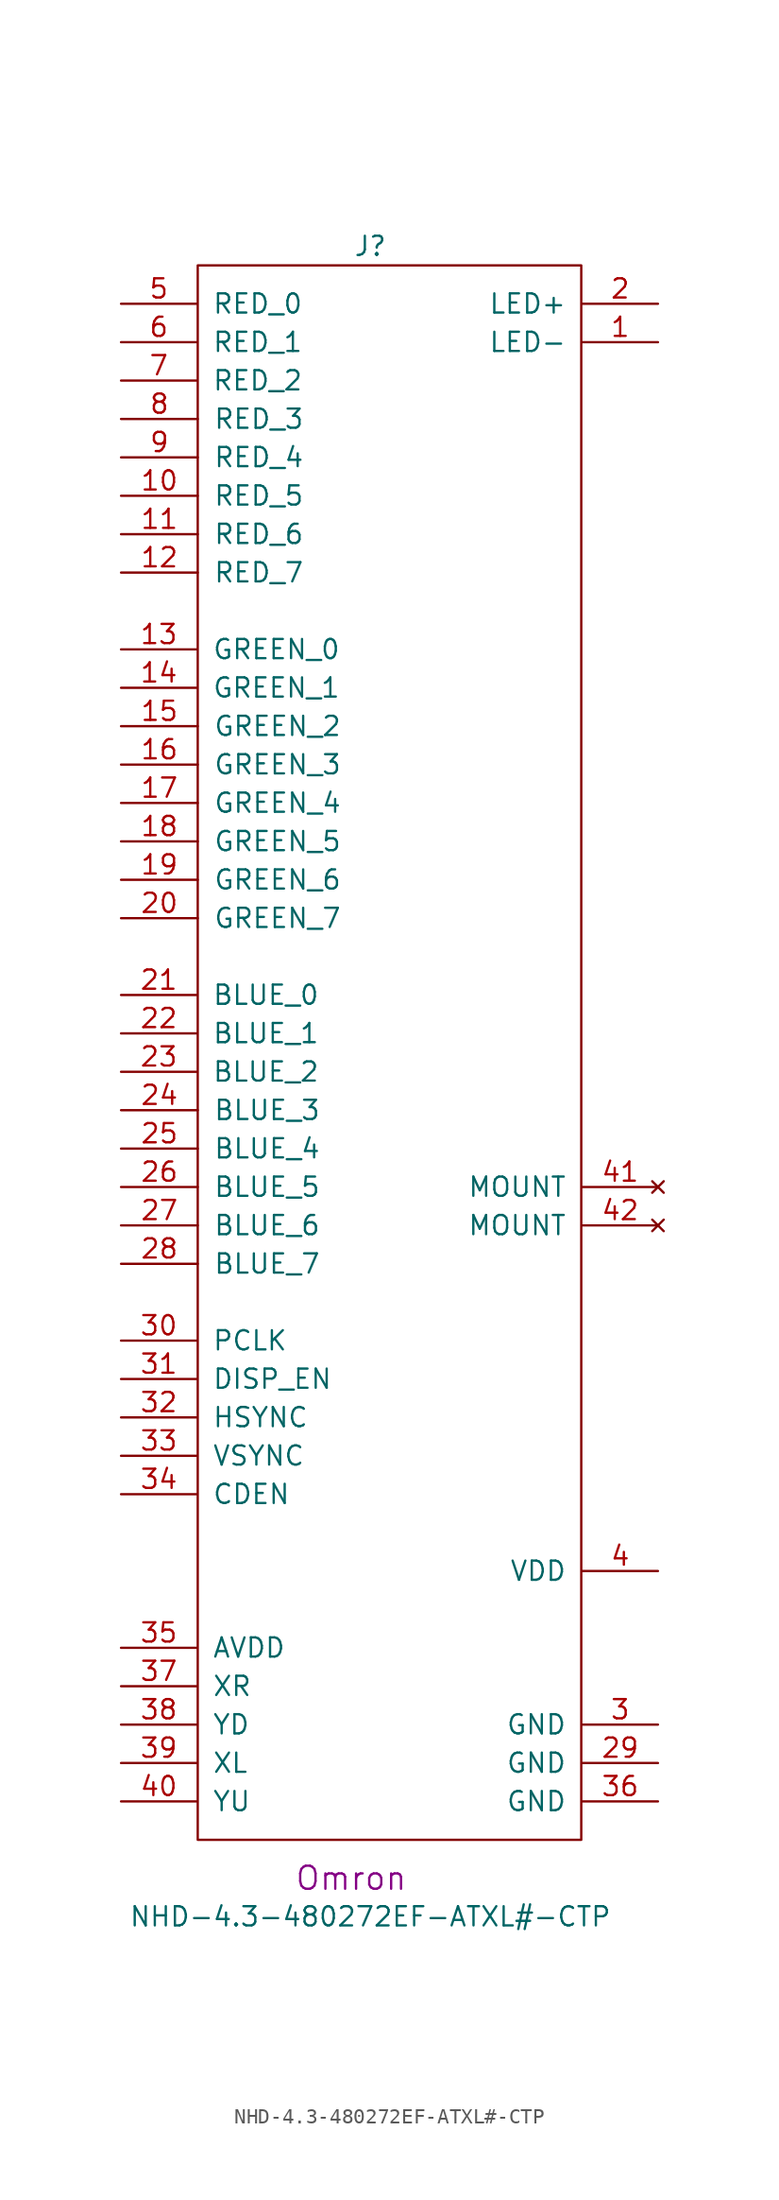
<source format=kicad_sym>
(kicad_symbol_lib
  (version 20220914)
  (generator kicad_symbol_editor)
  (symbol "NHD-4.3-480272EF-ATXL#-CTP"
    (pin_names
      (offset 1.016))
    (property "Reference" "J"
      (at 11.43 105.41 0)
      (effects (font (size 1.27 1.27))))
    (property "Value" "NHD-4.3-480272EF-ATXL#-CTP"
      (at 11.43 -5.08 0)
      (effects (font (size 1.27 1.27))))
    (property "Datasheet" ""
      (at 17.78 64.77 0)
      (effects (font (size 1.27 1.27))))
    (property "Manufacturer" "Omron"
      (at 10.16 -2.54 0)
      (effects (font (size 1.524 1.524))))
    (symbol "NHD-4.3-480272EF-ATXL#-CTP_0_1"
      (rectangle (start 0 104.14) (end 25.4 0) (stroke (width 0) (type solid)) (fill (type none))))
    (symbol "NHD-4.3-480272EF-ATXL#-CTP_1_1"
      (pin passive line (at 30.48 99.06 180) (length 5.004) (name "LED-" (effects (font (size 1.27 1.27)))) (number "1" (effects (font (size 1.27 1.27)))))
      (pin passive line (at -5.08 88.9 0) (length 5.08) (name "RED_5" (effects (font (size 1.27 1.27)))) (number "10" (effects (font (size 1.27 1.27)))))
      (pin passive line (at -5.08 86.36 0) (length 5.08) (name "RED_6" (effects (font (size 1.27 1.27)))) (number "11" (effects (font (size 1.27 1.27)))))
      (pin passive line (at -5.08 83.82 0) (length 5.08) (name "RED_7" (effects (font (size 1.27 1.27)))) (number "12" (effects (font (size 1.27 1.27)))))
      (pin passive line (at -5.08 78.74 0) (length 5.004) (name "GREEN_0" (effects (font (size 1.27 1.27)))) (number "13" (effects (font (size 1.27 1.27)))))
      (pin passive line (at -5.08 76.2 0) (length 5.004) (name "GREEN_1" (effects (font (size 1.27 1.27)))) (number "14" (effects (font (size 1.27 1.27)))))
      (pin passive line (at -5.08 73.66 0) (length 5.08) (name "GREEN_2" (effects (font (size 1.27 1.27)))) (number "15" (effects (font (size 1.27 1.27)))))
      (pin passive line (at -5.08 71.12 0) (length 5.08) (name "GREEN_3" (effects (font (size 1.27 1.27)))) (number "16" (effects (font (size 1.27 1.27)))))
      (pin passive line (at -5.08 68.58 0) (length 5.08) (name "GREEN_4" (effects (font (size 1.27 1.27)))) (number "17" (effects (font (size 1.27 1.27)))))
      (pin passive line (at -5.08 66.04 0) (length 5.08) (name "GREEN_5" (effects (font (size 1.27 1.27)))) (number "18" (effects (font (size 1.27 1.27)))))
      (pin passive line (at -5.08 63.5 0) (length 5.08) (name "GREEN_6" (effects (font (size 1.27 1.27)))) (number "19" (effects (font (size 1.27 1.27)))))
      (pin passive line (at 30.48 101.6 180) (length 5.004) (name "LED+" (effects (font (size 1.27 1.27)))) (number "2" (effects (font (size 1.27 1.27)))))
      (pin passive line (at -5.08 60.96 0) (length 5.08) (name "GREEN_7" (effects (font (size 1.27 1.27)))) (number "20" (effects (font (size 1.27 1.27)))))
      (pin passive line (at -5.08 55.88 0) (length 5.004) (name "BLUE_0" (effects (font (size 1.27 1.27)))) (number "21" (effects (font (size 1.27 1.27)))))
      (pin passive line (at -5.08 53.34 0) (length 5.004) (name "BLUE_1" (effects (font (size 1.27 1.27)))) (number "22" (effects (font (size 1.27 1.27)))))
      (pin passive line (at -5.08 50.8 0) (length 5.004) (name "BLUE_2" (effects (font (size 1.27 1.27)))) (number "23" (effects (font (size 1.27 1.27)))))
      (pin passive line (at -5.08 48.26 0) (length 5.08) (name "BLUE_3" (effects (font (size 1.27 1.27)))) (number "24" (effects (font (size 1.27 1.27)))))
      (pin passive line (at -5.08 45.72 0) (length 5.08) (name "BLUE_4" (effects (font (size 1.27 1.27)))) (number "25" (effects (font (size 1.27 1.27)))))
      (pin passive line (at -5.08 43.18 0) (length 5.08) (name "BLUE_5" (effects (font (size 1.27 1.27)))) (number "26" (effects (font (size 1.27 1.27)))))
      (pin passive line (at -5.08 40.64 0) (length 5.08) (name "BLUE_6" (effects (font (size 1.27 1.27)))) (number "27" (effects (font (size 1.27 1.27)))))
      (pin passive line (at -5.08 38.1 0) (length 5.08) (name "BLUE_7" (effects (font (size 1.27 1.27)))) (number "28" (effects (font (size 1.27 1.27)))))
      (pin power_in line (at 30.48 5.08 180) (length 5.004) (name "GND" (effects (font (size 1.27 1.27)))) (number "29" (effects (font (size 1.27 1.27)))))
      (pin power_in line (at 30.48 7.62 180) (length 5.004) (name "GND" (effects (font (size 1.27 1.27)))) (number "3" (effects (font (size 1.27 1.27)))))
      (pin passive line (at -5.08 33.02 0) (length 5.004) (name "PCLK" (effects (font (size 1.27 1.27)))) (number "30" (effects (font (size 1.27 1.27)))))
      (pin passive line (at -5.08 30.48 0) (length 5.004) (name "DISP_EN" (effects (font (size 1.27 1.27)))) (number "31" (effects (font (size 1.27 1.27)))))
      (pin passive line (at -5.08 27.94 0) (length 5.004) (name "HSYNC" (effects (font (size 1.27 1.27)))) (number "32" (effects (font (size 1.27 1.27)))))
      (pin passive line (at -5.08 25.4 0) (length 5.004) (name "VSYNC" (effects (font (size 1.27 1.27)))) (number "33" (effects (font (size 1.27 1.27)))))
      (pin passive line (at -5.08 22.86 0) (length 5.004) (name "CDEN" (effects (font (size 1.27 1.27)))) (number "34" (effects (font (size 1.27 1.27)))))
      (pin passive line (at -5.08 12.7 0) (length 5.004) (name "AVDD" (effects (font (size 1.27 1.27)))) (number "35" (effects (font (size 1.27 1.27)))))
      (pin power_in line (at 30.48 2.54 180) (length 5.004) (name "GND" (effects (font (size 1.27 1.27)))) (number "36" (effects (font (size 1.27 1.27)))))
      (pin passive line (at -5.08 10.16 0) (length 5.004) (name "XR" (effects (font (size 1.27 1.27)))) (number "37" (effects (font (size 1.27 1.27)))))
      (pin passive line (at -5.08 7.62 0) (length 5.004) (name "YD" (effects (font (size 1.27 1.27)))) (number "38" (effects (font (size 1.27 1.27)))))
      (pin passive line (at -5.08 5.08 0) (length 5.004) (name "XL" (effects (font (size 1.27 1.27)))) (number "39" (effects (font (size 1.27 1.27)))))
      (pin power_in line (at 30.48 17.78 180) (length 5.004) (name "VDD" (effects (font (size 1.27 1.27)))) (number "4" (effects (font (size 1.27 1.27)))))
      (pin passive line (at -5.08 2.54 0) (length 5.004) (name "YU" (effects (font (size 1.27 1.27)))) (number "40" (effects (font (size 1.27 1.27)))))
      (pin no_connect line (at 30.48 43.18 180) (length 5.004) (name "MOUNT" (effects (font (size 1.27 1.27)))) (number "41" (effects (font (size 1.27 1.27)))))
      (pin no_connect line (at 30.48 40.64 180) (length 5.004) (name "MOUNT" (effects (font (size 1.27 1.27)))) (number "42" (effects (font (size 1.27 1.27)))))
      (pin passive line (at -5.08 101.6 0) (length 5.004) (name "RED_0" (effects (font (size 1.27 1.27)))) (number "5" (effects (font (size 1.27 1.27)))))
      (pin passive line (at -5.08 99.06 0) (length 5.004) (name "RED_1" (effects (font (size 1.27 1.27)))) (number "6" (effects (font (size 1.27 1.27)))))
      (pin passive line (at -5.08 96.52 0) (length 5.004) (name "RED_2" (effects (font (size 1.27 1.27)))) (number "7" (effects (font (size 1.27 1.27)))))
      (pin passive line (at -5.08 93.98 0) (length 5.08) (name "RED_3" (effects (font (size 1.27 1.27)))) (number "8" (effects (font (size 1.27 1.27)))))
      (pin passive line (at -5.08 91.44 0) (length 5.08) (name "RED_4" (effects (font (size 1.27 1.27)))) (number "9" (effects (font (size 1.27 1.27))))))))
</source>
